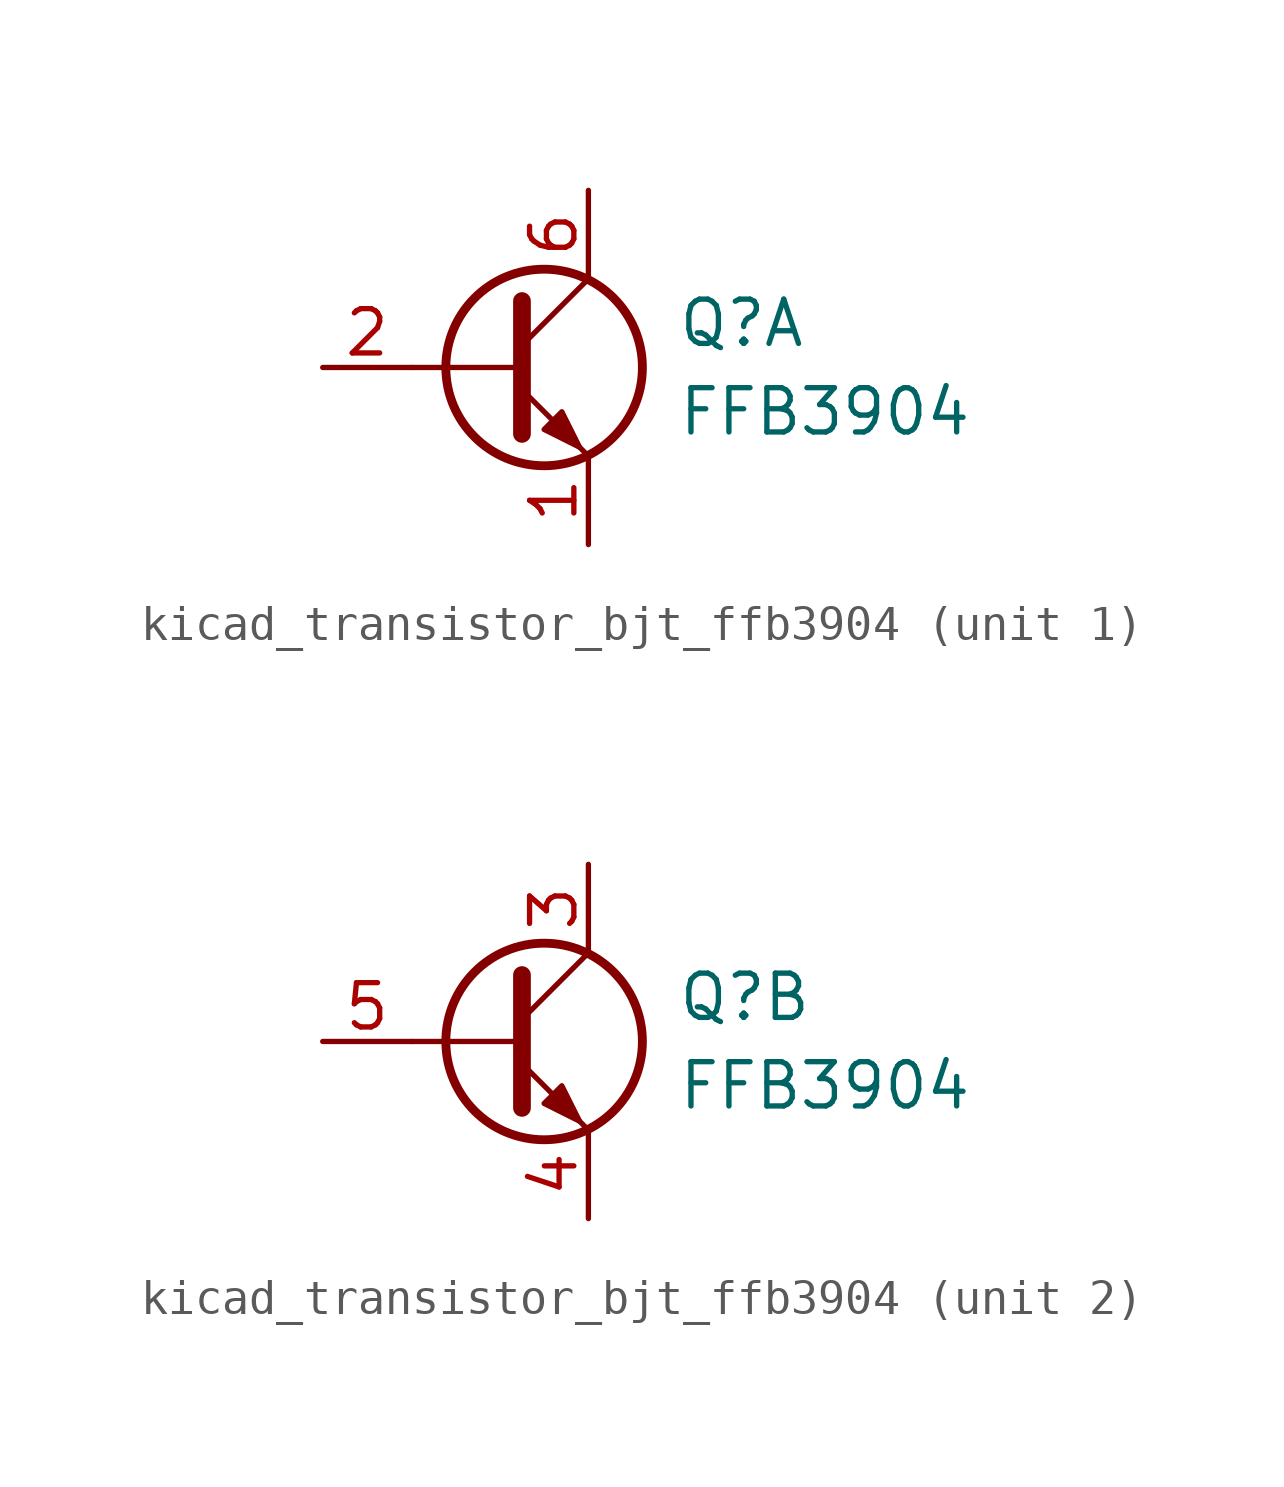
<source format=kicad_sym>
(kicad_symbol_lib
  (version 20220914)
  (generator kicad_symbol_editor)
  (symbol "kicad_transistor_bjt_ffb3904"
    (pin_names
      (offset 0) hide)
    (property "Reference" "Q"
      (at 5.08 1.27 0)
      (effects (font (size 1.27 1.27)) (justify left)))
    (property "Value" "FFB3904"
      (at 5.08 -1.27 0)
      (effects (font (size 1.27 1.27)) (justify left)))
    (property "ki_locked" ""
      (at 0 0 0)
      (effects (font (size 1.27 1.27))))
    (symbol "kicad_transistor_bjt_ffb3904_0_1"
      (polyline (pts (xy 0.635 0) (xy -2.54 0)) (stroke (width 0) (type default)) (fill (type none)))
      (polyline (pts (xy 0.635 0.635) (xy 2.54 2.54)) (stroke (width 0) (type default)) (fill (type none)))
      (polyline (pts (xy 0.635 -0.635) (xy 2.54 -2.54) (xy 2.54 -2.54)) (stroke (width 0) (type default)) (fill (type none)))
      (polyline (pts (xy 0.635 1.905) (xy 0.635 -1.905) (xy 0.635 -1.905)) (stroke (width 0.508) (type default)) (fill (type none)))
      (polyline (pts (xy 1.27 -1.778) (xy 1.778 -1.27) (xy 2.286 -2.286) (xy 1.27 -1.778) (xy 1.27 -1.778)) (stroke (width 0) (type default)) (fill (type outline)))
      (circle (center 1.27 0) (radius 2.819) (stroke (width 0.254) (type default)) (fill (type none))))
    (symbol "kicad_transistor_bjt_ffb3904_1_1"
      (pin passive line (at 2.54 -5.08 90) (length 2.54) (name "E1" (effects (font (size 1.27 1.27)))) (number "1" (effects (font (size 1.27 1.27)))))
      (pin input line (at -5.08 0 0) (length 2.54) (name "B1" (effects (font (size 1.27 1.27)))) (number "2" (effects (font (size 1.27 1.27)))))
      (pin passive line (at 2.54 5.08 270) (length 2.54) (name "C1" (effects (font (size 1.27 1.27)))) (number "6" (effects (font (size 1.27 1.27))))))
    (symbol "kicad_transistor_bjt_ffb3904_2_1"
      (pin passive line (at 2.54 5.08 270) (length 2.54) (name "C2" (effects (font (size 1.27 1.27)))) (number "3" (effects (font (size 1.27 1.27)))))
      (pin passive line (at 2.54 -5.08 90) (length 2.54) (name "E2" (effects (font (size 1.27 1.27)))) (number "4" (effects (font (size 1.27 1.27)))))
      (pin input line (at -5.08 0 0) (length 2.54) (name "B2" (effects (font (size 1.27 1.27)))) (number "5" (effects (font (size 1.27 1.27))))))))
</source>
